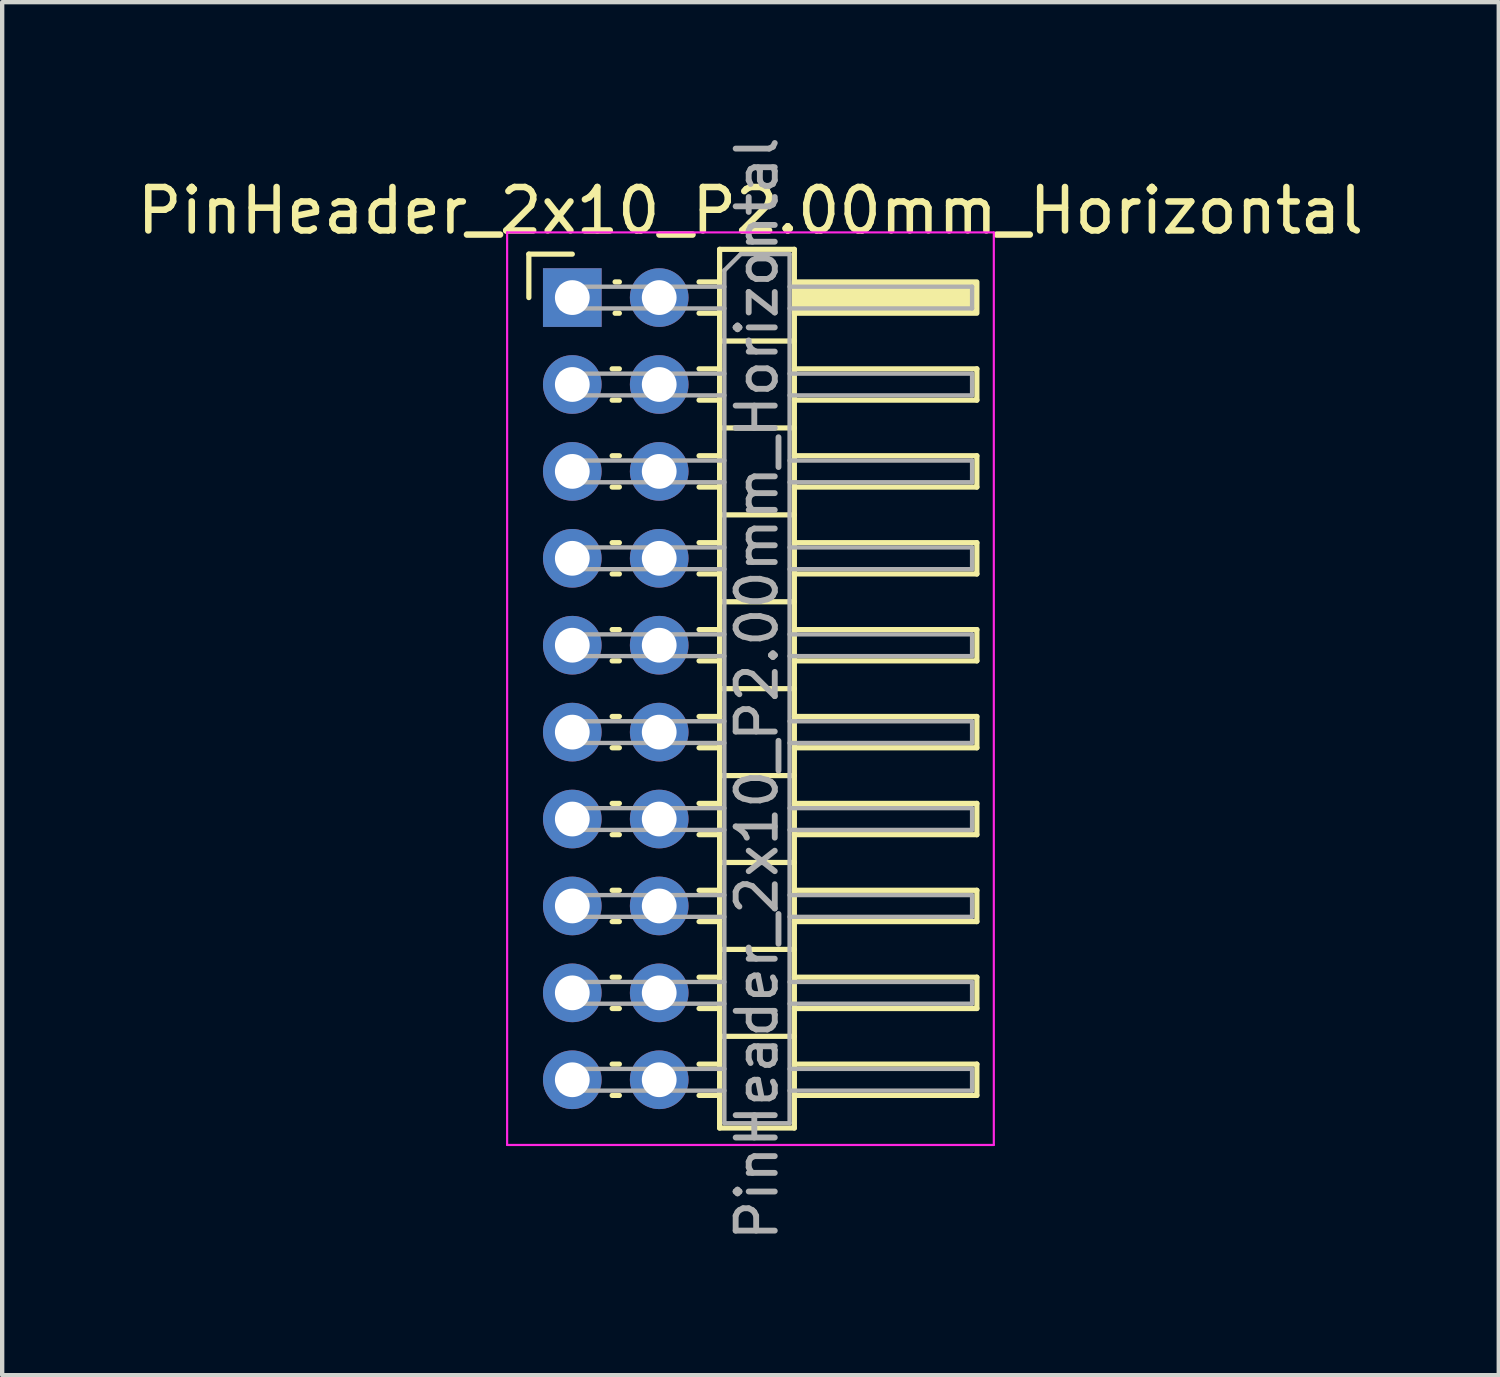
<source format=kicad_pcb>
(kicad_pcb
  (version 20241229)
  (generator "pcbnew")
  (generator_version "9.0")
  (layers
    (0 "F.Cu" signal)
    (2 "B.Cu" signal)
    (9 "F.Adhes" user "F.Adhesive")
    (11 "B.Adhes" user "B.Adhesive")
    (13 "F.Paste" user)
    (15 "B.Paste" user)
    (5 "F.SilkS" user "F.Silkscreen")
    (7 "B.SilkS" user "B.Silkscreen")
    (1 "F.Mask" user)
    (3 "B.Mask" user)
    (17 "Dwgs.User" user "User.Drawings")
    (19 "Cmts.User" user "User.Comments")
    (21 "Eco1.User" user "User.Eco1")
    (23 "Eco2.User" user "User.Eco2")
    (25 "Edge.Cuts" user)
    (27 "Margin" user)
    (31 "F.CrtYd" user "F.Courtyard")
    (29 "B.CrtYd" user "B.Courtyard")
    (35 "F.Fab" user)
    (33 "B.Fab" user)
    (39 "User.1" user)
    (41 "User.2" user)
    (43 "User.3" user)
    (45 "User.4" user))
  (footprint "PinHeader_2x10_P2.00mm_Horizontal"
    (layer "F.Cu")
    (at 10.12 3.798)
    (property "Reference" "PinHeader_2x10_P2.00mm_Horizontal" (at 4.1 -2 0) (layer "F.SilkS") (effects (font (size 1 1) (thickness 0.15))))
    (attr through_hole)
    (fp_line (start -1 -1) (end 0 -1) (stroke (width 0.12) (type solid)) (layer "F.SilkS"))
    (fp_line (start -1 0) (end -1 -1) (stroke (width 0.12) (type solid)) (layer "F.SilkS"))
    (fp_line (start 0.917 1.64) (end 1.083 1.64) (stroke (width 0.12) (type solid)) (layer "F.SilkS"))
    (fp_line (start 0.917 2.36) (end 1.083 2.36) (stroke (width 0.12) (type solid)) (layer "F.SilkS"))
    (fp_line (start 0.917 3.64) (end 1.083 3.64) (stroke (width 0.12) (type solid)) (layer "F.SilkS"))
    (fp_line (start 0.917 4.36) (end 1.083 4.36) (stroke (width 0.12) (type solid)) (layer "F.SilkS"))
    (fp_line (start 0.917 5.64) (end 1.083 5.64) (stroke (width 0.12) (type solid)) (layer "F.SilkS"))
    (fp_line (start 0.917 6.36) (end 1.083 6.36) (stroke (width 0.12) (type solid)) (layer "F.SilkS"))
    (fp_line (start 0.917 7.64) (end 1.083 7.64) (stroke (width 0.12) (type solid)) (layer "F.SilkS"))
    (fp_line (start 0.917 8.36) (end 1.083 8.36) (stroke (width 0.12) (type solid)) (layer "F.SilkS"))
    (fp_line (start 0.917 9.64) (end 1.083 9.64) (stroke (width 0.12) (type solid)) (layer "F.SilkS"))
    (fp_line (start 0.917 10.36) (end 1.083 10.36) (stroke (width 0.12) (type solid)) (layer "F.SilkS"))
    (fp_line (start 0.917 11.64) (end 1.083 11.64) (stroke (width 0.12) (type solid)) (layer "F.SilkS"))
    (fp_line (start 0.917 12.36) (end 1.083 12.36) (stroke (width 0.12) (type solid)) (layer "F.SilkS"))
    (fp_line (start 0.917 13.64) (end 1.083 13.64) (stroke (width 0.12) (type solid)) (layer "F.SilkS"))
    (fp_line (start 0.917 14.36) (end 1.083 14.36) (stroke (width 0.12) (type solid)) (layer "F.SilkS"))
    (fp_line (start 0.917 15.64) (end 1.083 15.64) (stroke (width 0.12) (type solid)) (layer "F.SilkS"))
    (fp_line (start 0.917 16.36) (end 1.083 16.36) (stroke (width 0.12) (type solid)) (layer "F.SilkS"))
    (fp_line (start 0.917 17.64) (end 1.083 17.64) (stroke (width 0.12) (type solid)) (layer "F.SilkS"))
    (fp_line (start 0.917 18.36) (end 1.083 18.36) (stroke (width 0.12) (type solid)) (layer "F.SilkS"))
    (fp_line (start 0.985 -0.36) (end 1.083 -0.36) (stroke (width 0.12) (type solid)) (layer "F.SilkS"))
    (fp_line (start 0.985 0.36) (end 1.083 0.36) (stroke (width 0.12) (type solid)) (layer "F.SilkS"))
    (fp_line (start 2.917 -0.36) (end 3.39 -0.36) (stroke (width 0.12) (type solid)) (layer "F.SilkS"))
    (fp_line (start 2.917 0.36) (end 3.39 0.36) (stroke (width 0.12) (type solid)) (layer "F.SilkS"))
    (fp_line (start 2.917 1.64) (end 3.39 1.64) (stroke (width 0.12) (type solid)) (layer "F.SilkS"))
    (fp_line (start 2.917 2.36) (end 3.39 2.36) (stroke (width 0.12) (type solid)) (layer "F.SilkS"))
    (fp_line (start 2.917 3.64) (end 3.39 3.64) (stroke (width 0.12) (type solid)) (layer "F.SilkS"))
    (fp_line (start 2.917 4.36) (end 3.39 4.36) (stroke (width 0.12) (type solid)) (layer "F.SilkS"))
    (fp_line (start 2.917 5.64) (end 3.39 5.64) (stroke (width 0.12) (type solid)) (layer "F.SilkS"))
    (fp_line (start 2.917 6.36) (end 3.39 6.36) (stroke (width 0.12) (type solid)) (layer "F.SilkS"))
    (fp_line (start 2.917 7.64) (end 3.39 7.64) (stroke (width 0.12) (type solid)) (layer "F.SilkS"))
    (fp_line (start 2.917 8.36) (end 3.39 8.36) (stroke (width 0.12) (type solid)) (layer "F.SilkS"))
    (fp_line (start 2.917 9.64) (end 3.39 9.64) (stroke (width 0.12) (type solid)) (layer "F.SilkS"))
    (fp_line (start 2.917 10.36) (end 3.39 10.36) (stroke (width 0.12) (type solid)) (layer "F.SilkS"))
    (fp_line (start 2.917 11.64) (end 3.39 11.64) (stroke (width 0.12) (type solid)) (layer "F.SilkS"))
    (fp_line (start 2.917 12.36) (end 3.39 12.36) (stroke (width 0.12) (type solid)) (layer "F.SilkS"))
    (fp_line (start 2.917 13.64) (end 3.39 13.64) (stroke (width 0.12) (type solid)) (layer "F.SilkS"))
    (fp_line (start 2.917 14.36) (end 3.39 14.36) (stroke (width 0.12) (type solid)) (layer "F.SilkS"))
    (fp_line (start 2.917 15.64) (end 3.39 15.64) (stroke (width 0.12) (type solid)) (layer "F.SilkS"))
    (fp_line (start 2.917 16.36) (end 3.39 16.36) (stroke (width 0.12) (type solid)) (layer "F.SilkS"))
    (fp_line (start 2.917 17.64) (end 3.39 17.64) (stroke (width 0.12) (type solid)) (layer "F.SilkS"))
    (fp_line (start 2.917 18.36) (end 3.39 18.36) (stroke (width 0.12) (type solid)) (layer "F.SilkS"))
    (fp_line (start 3.39 -1.11) (end 3.39 19.11) (stroke (width 0.12) (type solid)) (layer "F.SilkS"))
    (fp_line (start 3.39 1) (end 5.11 1) (stroke (width 0.12) (type solid)) (layer "F.SilkS"))
    (fp_line (start 3.39 3) (end 5.11 3) (stroke (width 0.12) (type solid)) (layer "F.SilkS"))
    (fp_line (start 3.39 5) (end 5.11 5) (stroke (width 0.12) (type solid)) (layer "F.SilkS"))
    (fp_line (start 3.39 7) (end 5.11 7) (stroke (width 0.12) (type solid)) (layer "F.SilkS"))
    (fp_line (start 3.39 9) (end 5.11 9) (stroke (width 0.12) (type solid)) (layer "F.SilkS"))
    (fp_line (start 3.39 11) (end 5.11 11) (stroke (width 0.12) (type solid)) (layer "F.SilkS"))
    (fp_line (start 3.39 13) (end 5.11 13) (stroke (width 0.12) (type solid)) (layer "F.SilkS"))
    (fp_line (start 3.39 15) (end 5.11 15) (stroke (width 0.12) (type solid)) (layer "F.SilkS"))
    (fp_line (start 3.39 17) (end 5.11 17) (stroke (width 0.12) (type solid)) (layer "F.SilkS"))
    (fp_line (start 3.39 19.11) (end 5.11 19.11) (stroke (width 0.12) (type solid)) (layer "F.SilkS"))
    (fp_line (start 5.11 -1.11) (end 3.39 -1.11) (stroke (width 0.12) (type solid)) (layer "F.SilkS"))
    (fp_line (start 5.11 1.64) (end 9.31 1.64) (stroke (width 0.12) (type solid)) (layer "F.SilkS"))
    (fp_line (start 5.11 3.64) (end 9.31 3.64) (stroke (width 0.12) (type solid)) (layer "F.SilkS"))
    (fp_line (start 5.11 5.64) (end 9.31 5.64) (stroke (width 0.12) (type solid)) (layer "F.SilkS"))
    (fp_line (start 5.11 7.64) (end 9.31 7.64) (stroke (width 0.12) (type solid)) (layer "F.SilkS"))
    (fp_line (start 5.11 9.64) (end 9.31 9.64) (stroke (width 0.12) (type solid)) (layer "F.SilkS"))
    (fp_line (start 5.11 11.64) (end 9.31 11.64) (stroke (width 0.12) (type solid)) (layer "F.SilkS"))
    (fp_line (start 5.11 13.64) (end 9.31 13.64) (stroke (width 0.12) (type solid)) (layer "F.SilkS"))
    (fp_line (start 5.11 15.64) (end 9.31 15.64) (stroke (width 0.12) (type solid)) (layer "F.SilkS"))
    (fp_line (start 5.11 17.64) (end 9.31 17.64) (stroke (width 0.12) (type solid)) (layer "F.SilkS"))
    (fp_line (start 5.11 19.11) (end 5.11 -1.11) (stroke (width 0.12) (type solid)) (layer "F.SilkS"))
    (fp_line (start 9.31 1.64) (end 9.31 2.36) (stroke (width 0.12) (type solid)) (layer "F.SilkS"))
    (fp_line (start 9.31 2.36) (end 5.11 2.36) (stroke (width 0.12) (type solid)) (layer "F.SilkS"))
    (fp_line (start 9.31 3.64) (end 9.31 4.36) (stroke (width 0.12) (type solid)) (layer "F.SilkS"))
    (fp_line (start 9.31 4.36) (end 5.11 4.36) (stroke (width 0.12) (type solid)) (layer "F.SilkS"))
    (fp_line (start 9.31 5.64) (end 9.31 6.36) (stroke (width 0.12) (type solid)) (layer "F.SilkS"))
    (fp_line (start 9.31 6.36) (end 5.11 6.36) (stroke (width 0.12) (type solid)) (layer "F.SilkS"))
    (fp_line (start 9.31 7.64) (end 9.31 8.36) (stroke (width 0.12) (type solid)) (layer "F.SilkS"))
    (fp_line (start 9.31 8.36) (end 5.11 8.36) (stroke (width 0.12) (type solid)) (layer "F.SilkS"))
    (fp_line (start 9.31 9.64) (end 9.31 10.36) (stroke (width 0.12) (type solid)) (layer "F.SilkS"))
    (fp_line (start 9.31 10.36) (end 5.11 10.36) (stroke (width 0.12) (type solid)) (layer "F.SilkS"))
    (fp_line (start 9.31 11.64) (end 9.31 12.36) (stroke (width 0.12) (type solid)) (layer "F.SilkS"))
    (fp_line (start 9.31 12.36) (end 5.11 12.36) (stroke (width 0.12) (type solid)) (layer "F.SilkS"))
    (fp_line (start 9.31 13.64) (end 9.31 14.36) (stroke (width 0.12) (type solid)) (layer "F.SilkS"))
    (fp_line (start 9.31 14.36) (end 5.11 14.36) (stroke (width 0.12) (type solid)) (layer "F.SilkS"))
    (fp_line (start 9.31 15.64) (end 9.31 16.36) (stroke (width 0.12) (type solid)) (layer "F.SilkS"))
    (fp_line (start 9.31 16.36) (end 5.11 16.36) (stroke (width 0.12) (type solid)) (layer "F.SilkS"))
    (fp_line (start 9.31 17.64) (end 9.31 18.36) (stroke (width 0.12) (type solid)) (layer "F.SilkS"))
    (fp_line (start 9.31 18.36) (end 5.11 18.36) (stroke (width 0.12) (type solid)) (layer "F.SilkS"))
    (fp_rect (start 5.11 -0.36) (end 9.31 0.36) (stroke (width 0.12) (type solid)) (fill yes) (layer "F.SilkS"))
    (fp_line (start -1.5 -1.5) (end -1.5 19.5) (stroke (width 0.05) (type solid)) (layer "F.CrtYd"))
    (fp_line (start -1.5 19.5) (end 9.7 19.5) (stroke (width 0.05) (type solid)) (layer "F.CrtYd"))
    (fp_line (start 9.7 -1.5) (end -1.5 -1.5) (stroke (width 0.05) (type solid)) (layer "F.CrtYd"))
    (fp_line (start 9.7 19.5) (end 9.7 -1.5) (stroke (width 0.05) (type solid)) (layer "F.CrtYd"))
    (fp_line (start -0.25 -0.25) (end -0.25 0.25) (stroke (width 0.1) (type solid)) (layer "F.Fab"))
    (fp_line (start -0.25 -0.25) (end 3.5 -0.25) (stroke (width 0.1) (type solid)) (layer "F.Fab"))
    (fp_line (start -0.25 0.25) (end 3.5 0.25) (stroke (width 0.1) (type solid)) (layer "F.Fab"))
    (fp_line (start -0.25 1.75) (end -0.25 2.25) (stroke (width 0.1) (type solid)) (layer "F.Fab"))
    (fp_line (start -0.25 1.75) (end 3.5 1.75) (stroke (width 0.1) (type solid)) (layer "F.Fab"))
    (fp_line (start -0.25 2.25) (end 3.5 2.25) (stroke (width 0.1) (type solid)) (layer "F.Fab"))
    (fp_line (start -0.25 3.75) (end -0.25 4.25) (stroke (width 0.1) (type solid)) (layer "F.Fab"))
    (fp_line (start -0.25 3.75) (end 3.5 3.75) (stroke (width 0.1) (type solid)) (layer "F.Fab"))
    (fp_line (start -0.25 4.25) (end 3.5 4.25) (stroke (width 0.1) (type solid)) (layer "F.Fab"))
    (fp_line (start -0.25 5.75) (end -0.25 6.25) (stroke (width 0.1) (type solid)) (layer "F.Fab"))
    (fp_line (start -0.25 5.75) (end 3.5 5.75) (stroke (width 0.1) (type solid)) (layer "F.Fab"))
    (fp_line (start -0.25 6.25) (end 3.5 6.25) (stroke (width 0.1) (type solid)) (layer "F.Fab"))
    (fp_line (start -0.25 7.75) (end -0.25 8.25) (stroke (width 0.1) (type solid)) (layer "F.Fab"))
    (fp_line (start -0.25 7.75) (end 3.5 7.75) (stroke (width 0.1) (type solid)) (layer "F.Fab"))
    (fp_line (start -0.25 8.25) (end 3.5 8.25) (stroke (width 0.1) (type solid)) (layer "F.Fab"))
    (fp_line (start -0.25 9.75) (end -0.25 10.25) (stroke (width 0.1) (type solid)) (layer "F.Fab"))
    (fp_line (start -0.25 9.75) (end 3.5 9.75) (stroke (width 0.1) (type solid)) (layer "F.Fab"))
    (fp_line (start -0.25 10.25) (end 3.5 10.25) (stroke (width 0.1) (type solid)) (layer "F.Fab"))
    (fp_line (start -0.25 11.75) (end -0.25 12.25) (stroke (width 0.1) (type solid)) (layer "F.Fab"))
    (fp_line (start -0.25 11.75) (end 3.5 11.75) (stroke (width 0.1) (type solid)) (layer "F.Fab"))
    (fp_line (start -0.25 12.25) (end 3.5 12.25) (stroke (width 0.1) (type solid)) (layer "F.Fab"))
    (fp_line (start -0.25 13.75) (end -0.25 14.25) (stroke (width 0.1) (type solid)) (layer "F.Fab"))
    (fp_line (start -0.25 13.75) (end 3.5 13.75) (stroke (width 0.1) (type solid)) (layer "F.Fab"))
    (fp_line (start -0.25 14.25) (end 3.5 14.25) (stroke (width 0.1) (type solid)) (layer "F.Fab"))
    (fp_line (start -0.25 15.75) (end -0.25 16.25) (stroke (width 0.1) (type solid)) (layer "F.Fab"))
    (fp_line (start -0.25 15.75) (end 3.5 15.75) (stroke (width 0.1) (type solid)) (layer "F.Fab"))
    (fp_line (start -0.25 16.25) (end 3.5 16.25) (stroke (width 0.1) (type solid)) (layer "F.Fab"))
    (fp_line (start -0.25 17.75) (end -0.25 18.25) (stroke (width 0.1) (type solid)) (layer "F.Fab"))
    (fp_line (start -0.25 17.75) (end 3.5 17.75) (stroke (width 0.1) (type solid)) (layer "F.Fab"))
    (fp_line (start -0.25 18.25) (end 3.5 18.25) (stroke (width 0.1) (type solid)) (layer "F.Fab"))
    (fp_line (start 3.5 -0.625) (end 3.875 -1) (stroke (width 0.1) (type solid)) (layer "F.Fab"))
    (fp_line (start 3.5 19) (end 3.5 -0.625) (stroke (width 0.1) (type solid)) (layer "F.Fab"))
    (fp_line (start 3.875 -1) (end 5 -1) (stroke (width 0.1) (type solid)) (layer "F.Fab"))
    (fp_line (start 5 -1) (end 5 19) (stroke (width 0.1) (type solid)) (layer "F.Fab"))
    (fp_line (start 5 -0.25) (end 9.2 -0.25) (stroke (width 0.1) (type solid)) (layer "F.Fab"))
    (fp_line (start 5 0.25) (end 9.2 0.25) (stroke (width 0.1) (type solid)) (layer "F.Fab"))
    (fp_line (start 5 1.75) (end 9.2 1.75) (stroke (width 0.1) (type solid)) (layer "F.Fab"))
    (fp_line (start 5 2.25) (end 9.2 2.25) (stroke (width 0.1) (type solid)) (layer "F.Fab"))
    (fp_line (start 5 3.75) (end 9.2 3.75) (stroke (width 0.1) (type solid)) (layer "F.Fab"))
    (fp_line (start 5 4.25) (end 9.2 4.25) (stroke (width 0.1) (type solid)) (layer "F.Fab"))
    (fp_line (start 5 5.75) (end 9.2 5.75) (stroke (width 0.1) (type solid)) (layer "F.Fab"))
    (fp_line (start 5 6.25) (end 9.2 6.25) (stroke (width 0.1) (type solid)) (layer "F.Fab"))
    (fp_line (start 5 7.75) (end 9.2 7.75) (stroke (width 0.1) (type solid)) (layer "F.Fab"))
    (fp_line (start 5 8.25) (end 9.2 8.25) (stroke (width 0.1) (type solid)) (layer "F.Fab"))
    (fp_line (start 5 9.75) (end 9.2 9.75) (stroke (width 0.1) (type solid)) (layer "F.Fab"))
    (fp_line (start 5 10.25) (end 9.2 10.25) (stroke (width 0.1) (type solid)) (layer "F.Fab"))
    (fp_line (start 5 11.75) (end 9.2 11.75) (stroke (width 0.1) (type solid)) (layer "F.Fab"))
    (fp_line (start 5 12.25) (end 9.2 12.25) (stroke (width 0.1) (type solid)) (layer "F.Fab"))
    (fp_line (start 5 13.75) (end 9.2 13.75) (stroke (width 0.1) (type solid)) (layer "F.Fab"))
    (fp_line (start 5 14.25) (end 9.2 14.25) (stroke (width 0.1) (type solid)) (layer "F.Fab"))
    (fp_line (start 5 15.75) (end 9.2 15.75) (stroke (width 0.1) (type solid)) (layer "F.Fab"))
    (fp_line (start 5 16.25) (end 9.2 16.25) (stroke (width 0.1) (type solid)) (layer "F.Fab"))
    (fp_line (start 5 17.75) (end 9.2 17.75) (stroke (width 0.1) (type solid)) (layer "F.Fab"))
    (fp_line (start 5 18.25) (end 9.2 18.25) (stroke (width 0.1) (type solid)) (layer "F.Fab"))
    (fp_line (start 5 19) (end 3.5 19) (stroke (width 0.1) (type solid)) (layer "F.Fab"))
    (fp_line (start 9.2 -0.25) (end 9.2 0.25) (stroke (width 0.1) (type solid)) (layer "F.Fab"))
    (fp_line (start 9.2 1.75) (end 9.2 2.25) (stroke (width 0.1) (type solid)) (layer "F.Fab"))
    (fp_line (start 9.2 3.75) (end 9.2 4.25) (stroke (width 0.1) (type solid)) (layer "F.Fab"))
    (fp_line (start 9.2 5.75) (end 9.2 6.25) (stroke (width 0.1) (type solid)) (layer "F.Fab"))
    (fp_line (start 9.2 7.75) (end 9.2 8.25) (stroke (width 0.1) (type solid)) (layer "F.Fab"))
    (fp_line (start 9.2 9.75) (end 9.2 10.25) (stroke (width 0.1) (type solid)) (layer "F.Fab"))
    (fp_line (start 9.2 11.75) (end 9.2 12.25) (stroke (width 0.1) (type solid)) (layer "F.Fab"))
    (fp_line (start 9.2 13.75) (end 9.2 14.25) (stroke (width 0.1) (type solid)) (layer "F.Fab"))
    (fp_line (start 9.2 15.75) (end 9.2 16.25) (stroke (width 0.1) (type solid)) (layer "F.Fab"))
    (fp_line (start 9.2 17.75) (end 9.2 18.25) (stroke (width 0.1) (type solid)) (layer "F.Fab"))
    (fp_text user "${REFERENCE}" (at 4.25 9 90) (layer "F.Fab") (effects (font (size 0.9 0.9) (thickness 0.135))))
    (pad "1" thru_hole rect (at 0 0) (size 1.35 1.35) (drill 0.8) (layers "*.Cu" "*.Mask"))
    (pad "2" thru_hole circle (at 2 0) (size 1.35 1.35) (drill 0.8) (layers "*.Cu" "*.Mask"))
    (pad "3" thru_hole circle (at 0 2) (size 1.35 1.35) (drill 0.8) (layers "*.Cu" "*.Mask"))
    (pad "4" thru_hole circle (at 2 2) (size 1.35 1.35) (drill 0.8) (layers "*.Cu" "*.Mask"))
    (pad "5" thru_hole circle (at 0 4) (size 1.35 1.35) (drill 0.8) (layers "*.Cu" "*.Mask"))
    (pad "6" thru_hole circle (at 2 4) (size 1.35 1.35) (drill 0.8) (layers "*.Cu" "*.Mask"))
    (pad "7" thru_hole circle (at 0 6) (size 1.35 1.35) (drill 0.8) (layers "*.Cu" "*.Mask"))
    (pad "8" thru_hole circle (at 2 6) (size 1.35 1.35) (drill 0.8) (layers "*.Cu" "*.Mask"))
    (pad "9" thru_hole circle (at 0 8) (size 1.35 1.35) (drill 0.8) (layers "*.Cu" "*.Mask"))
    (pad "10" thru_hole circle (at 2 8) (size 1.35 1.35) (drill 0.8) (layers "*.Cu" "*.Mask"))
    (pad "11" thru_hole circle (at 0 10) (size 1.35 1.35) (drill 0.8) (layers "*.Cu" "*.Mask"))
    (pad "12" thru_hole circle (at 2 10) (size 1.35 1.35) (drill 0.8) (layers "*.Cu" "*.Mask"))
    (pad "13" thru_hole circle (at 0 12) (size 1.35 1.35) (drill 0.8) (layers "*.Cu" "*.Mask"))
    (pad "14" thru_hole circle (at 2 12) (size 1.35 1.35) (drill 0.8) (layers "*.Cu" "*.Mask"))
    (pad "15" thru_hole circle (at 0 14) (size 1.35 1.35) (drill 0.8) (layers "*.Cu" "*.Mask"))
    (pad "16" thru_hole circle (at 2 14) (size 1.35 1.35) (drill 0.8) (layers "*.Cu" "*.Mask"))
    (pad "17" thru_hole circle (at 0 16) (size 1.35 1.35) (drill 0.8) (layers "*.Cu" "*.Mask"))
    (pad "18" thru_hole circle (at 2 16) (size 1.35 1.35) (drill 0.8) (layers "*.Cu" "*.Mask"))
    (pad "19" thru_hole circle (at 0 18) (size 1.35 1.35) (drill 0.8) (layers "*.Cu" "*.Mask"))
    (pad "20" thru_hole circle (at 2 18) (size 1.35 1.35) (drill 0.8) (layers "*.Cu" "*.Mask")))
  (gr_rect
    (start -3 -3)
    (end 31.44 28.596)
    (stroke (width 0.1) (type default))
    (fill no)
    (layer "Edge.Cuts")))
</source>
